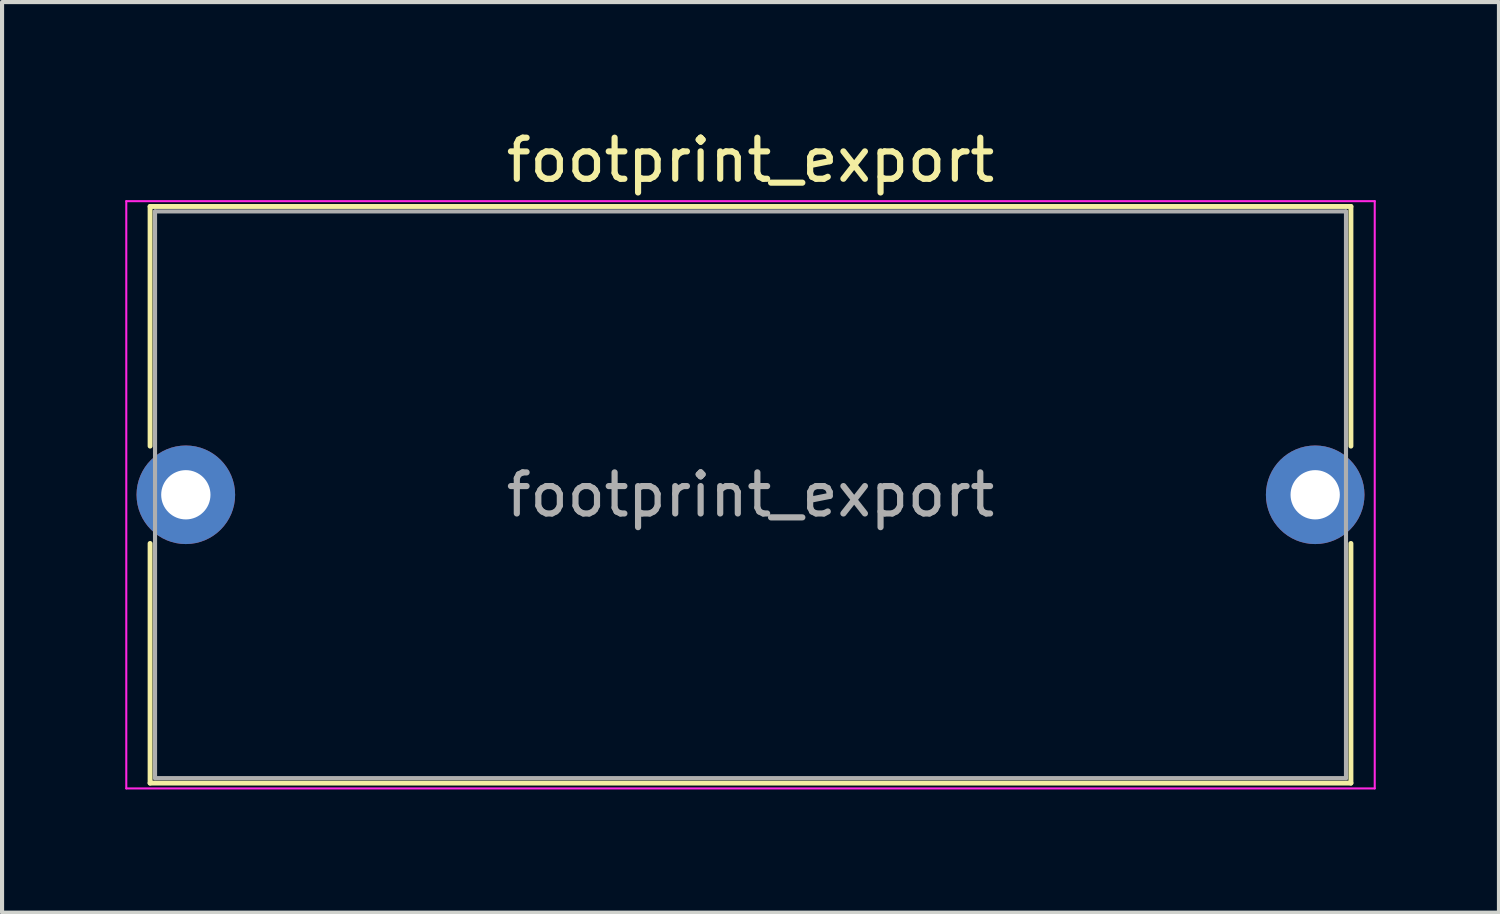
<source format=kicad_pcb>
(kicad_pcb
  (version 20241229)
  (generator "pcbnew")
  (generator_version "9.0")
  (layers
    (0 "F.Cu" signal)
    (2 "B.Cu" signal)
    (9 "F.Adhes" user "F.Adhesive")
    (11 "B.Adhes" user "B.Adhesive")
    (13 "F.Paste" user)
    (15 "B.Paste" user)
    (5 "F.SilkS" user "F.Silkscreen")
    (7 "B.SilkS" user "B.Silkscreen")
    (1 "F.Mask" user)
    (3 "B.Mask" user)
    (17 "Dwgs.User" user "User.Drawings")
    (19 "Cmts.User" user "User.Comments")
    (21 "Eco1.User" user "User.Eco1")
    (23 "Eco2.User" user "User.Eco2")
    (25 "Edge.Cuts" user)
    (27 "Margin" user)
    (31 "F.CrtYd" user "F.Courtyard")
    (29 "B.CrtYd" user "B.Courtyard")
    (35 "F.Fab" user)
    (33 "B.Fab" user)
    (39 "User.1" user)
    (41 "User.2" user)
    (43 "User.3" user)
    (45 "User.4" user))
  (footprint "footprint_export"
    (layer "F.Cu")
    (at 1.475 8.998)
    (property "Reference" "footprint_export" (at 13.75 -8.15 0) (layer "F.SilkS") (effects (font (size 1 1) (thickness 0.15))))
    (attr through_hole)
    (fp_line (start -0.87 -7.02) (end -0.87 -1.185) (stroke (width 0.12) (type solid)) (layer "F.SilkS"))
    (fp_line (start -0.87 -7.02) (end 28.37 -7.02) (stroke (width 0.12) (type solid)) (layer "F.SilkS"))
    (fp_line (start -0.87 1.185) (end -0.87 7.02) (stroke (width 0.12) (type solid)) (layer "F.SilkS"))
    (fp_line (start -0.87 7.02) (end 28.37 7.02) (stroke (width 0.12) (type solid)) (layer "F.SilkS"))
    (fp_line (start 28.37 -7.02) (end 28.37 -1.185) (stroke (width 0.12) (type solid)) (layer "F.SilkS"))
    (fp_line (start 28.37 1.185) (end 28.37 7.02) (stroke (width 0.12) (type solid)) (layer "F.SilkS"))
    (fp_line (start -1.45 -7.15) (end -1.45 7.15) (stroke (width 0.05) (type solid)) (layer "F.CrtYd"))
    (fp_line (start -1.45 7.15) (end 28.95 7.15) (stroke (width 0.05) (type solid)) (layer "F.CrtYd"))
    (fp_line (start 28.95 -7.15) (end -1.45 -7.15) (stroke (width 0.05) (type solid)) (layer "F.CrtYd"))
    (fp_line (start 28.95 7.15) (end 28.95 -7.15) (stroke (width 0.05) (type solid)) (layer "F.CrtYd"))
    (fp_line (start -0.75 -6.9) (end -0.75 6.9) (stroke (width 0.1) (type solid)) (layer "F.Fab"))
    (fp_line (start -0.75 6.9) (end 28.25 6.9) (stroke (width 0.1) (type solid)) (layer "F.Fab"))
    (fp_line (start 28.25 -6.9) (end -0.75 -6.9) (stroke (width 0.1) (type solid)) (layer "F.Fab"))
    (fp_line (start 28.25 6.9) (end 28.25 -6.9) (stroke (width 0.1) (type solid)) (layer "F.Fab"))
    (fp_text user "${REFERENCE}" (at 13.75 0 0) (layer "F.Fab") (effects (font (size 1 1) (thickness 0.15))))
    (pad "1" thru_hole circle (at 0 0) (size 2.4 2.4) (drill 1.2) (layers "*.Cu" "*.Mask"))
    (pad "2" thru_hole circle (at 27.5 0) (size 2.4 2.4) (drill 1.2) (layers "*.Cu" "*.Mask")))
  (gr_rect
    (start -3 -3)
    (end 33.45 19.173)
    (stroke (width 0.1) (type default))
    (fill no)
    (layer "Edge.Cuts")))
</source>
